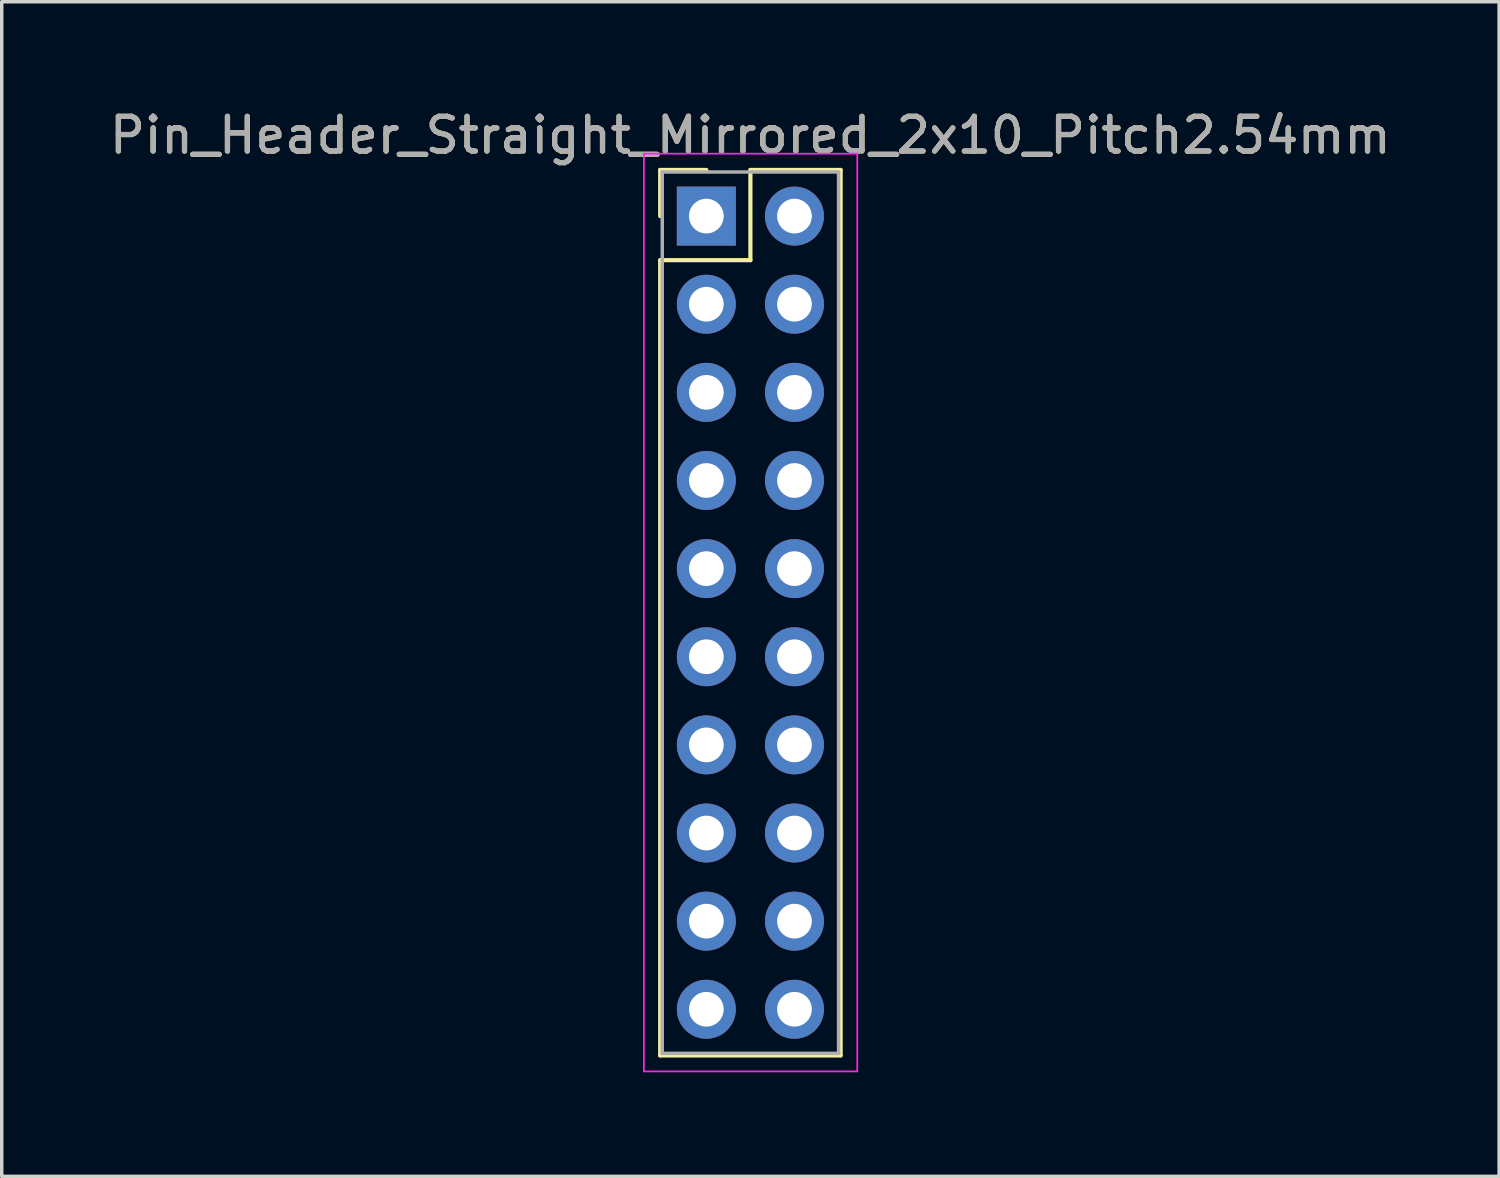
<source format=kicad_pcb>
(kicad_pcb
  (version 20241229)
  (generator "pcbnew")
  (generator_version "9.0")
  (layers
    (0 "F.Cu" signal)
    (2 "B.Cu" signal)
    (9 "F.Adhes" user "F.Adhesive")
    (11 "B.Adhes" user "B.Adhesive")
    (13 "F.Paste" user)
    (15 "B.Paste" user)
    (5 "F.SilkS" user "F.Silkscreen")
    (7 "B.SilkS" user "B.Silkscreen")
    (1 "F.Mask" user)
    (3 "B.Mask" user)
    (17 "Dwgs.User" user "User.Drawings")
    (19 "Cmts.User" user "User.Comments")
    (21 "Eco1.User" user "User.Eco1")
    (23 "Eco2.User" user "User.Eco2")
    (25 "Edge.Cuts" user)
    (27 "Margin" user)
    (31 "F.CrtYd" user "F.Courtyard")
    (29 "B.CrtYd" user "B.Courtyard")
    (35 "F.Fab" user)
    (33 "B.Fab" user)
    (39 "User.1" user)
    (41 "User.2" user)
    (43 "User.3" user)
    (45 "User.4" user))
  (footprint "Pin_Header_Straight_Mirrored_2x10_Pitch2.54mm"
    (layer "F.Cu")
    (at 17.307 3.178)
    (property "Reference" "Pin_Header_Straight_Mirrored_2x10_Pitch2.54mm" (at 1.27 -2.33 0) (layer "F.SilkS") (effects (font (size 1 1) (thickness 0.15))))
    (attr through_hole)
    (fp_line (start -1.33 -1.33) (end 0 -1.33) (stroke (width 0.12) (type solid)) (layer "F.SilkS"))
    (fp_line (start -1.33 0) (end -1.33 -1.33) (stroke (width 0.12) (type solid)) (layer "F.SilkS"))
    (fp_line (start -1.33 1.27) (end -1.33 24.19) (stroke (width 0.12) (type solid)) (layer "F.SilkS"))
    (fp_line (start -1.33 24.19) (end 3.87 24.19) (stroke (width 0.12) (type solid)) (layer "F.SilkS"))
    (fp_line (start 1.27 -1.33) (end 1.27 1.27) (stroke (width 0.12) (type solid)) (layer "F.SilkS"))
    (fp_line (start 1.27 1.27) (end -1.33 1.27) (stroke (width 0.12) (type solid)) (layer "F.SilkS"))
    (fp_line (start 3.87 -1.33) (end 1.27 -1.33) (stroke (width 0.12) (type solid)) (layer "F.SilkS"))
    (fp_line (start 3.87 24.19) (end 3.87 -1.33) (stroke (width 0.12) (type solid)) (layer "F.SilkS"))
    (fp_line (start -1.8 -1.8) (end -1.8 24.65) (stroke (width 0.05) (type solid)) (layer "F.CrtYd"))
    (fp_line (start -1.8 24.65) (end 4.35 24.65) (stroke (width 0.05) (type solid)) (layer "F.CrtYd"))
    (fp_line (start 4.35 -1.8) (end -1.8 -1.8) (stroke (width 0.05) (type solid)) (layer "F.CrtYd"))
    (fp_line (start 4.35 24.65) (end 4.35 -1.8) (stroke (width 0.05) (type solid)) (layer "F.CrtYd"))
    (fp_line (start -1.27 -1.27) (end -1.27 24.13) (stroke (width 0.1) (type solid)) (layer "F.Fab"))
    (fp_line (start -1.27 24.13) (end 3.81 24.13) (stroke (width 0.1) (type solid)) (layer "F.Fab"))
    (fp_line (start 3.81 -1.27) (end -1.27 -1.27) (stroke (width 0.1) (type solid)) (layer "F.Fab"))
    (fp_line (start 3.81 24.13) (end 3.81 -1.27) (stroke (width 0.1) (type solid)) (layer "F.Fab"))
    (fp_text user "${REFERENCE}" (at 1.27 -2.33 0) (layer "F.Fab") (effects (font (size 1 1) (thickness 0.15))))
    (pad "1" thru_hole rect (at 0 0) (size 1.7 1.7) (drill 1) (layers "*.Cu" "*.Mask"))
    (pad "2" thru_hole oval (at 2.54 0) (size 1.7 1.7) (drill 1) (layers "*.Cu" "*.Mask"))
    (pad "3" thru_hole oval (at 0 2.54) (size 1.7 1.7) (drill 1) (layers "*.Cu" "*.Mask"))
    (pad "4" thru_hole oval (at 2.54 2.54) (size 1.7 1.7) (drill 1) (layers "*.Cu" "*.Mask"))
    (pad "5" thru_hole oval (at 0 5.08) (size 1.7 1.7) (drill 1) (layers "*.Cu" "*.Mask"))
    (pad "6" thru_hole oval (at 2.54 5.08) (size 1.7 1.7) (drill 1) (layers "*.Cu" "*.Mask"))
    (pad "7" thru_hole oval (at 0 7.62) (size 1.7 1.7) (drill 1) (layers "*.Cu" "*.Mask"))
    (pad "8" thru_hole oval (at 2.54 7.62) (size 1.7 1.7) (drill 1) (layers "*.Cu" "*.Mask"))
    (pad "9" thru_hole oval (at 0 10.16) (size 1.7 1.7) (drill 1) (layers "*.Cu" "*.Mask"))
    (pad "10" thru_hole oval (at 2.54 10.16) (size 1.7 1.7) (drill 1) (layers "*.Cu" "*.Mask"))
    (pad "11" thru_hole oval (at 0 12.7) (size 1.7 1.7) (drill 1) (layers "*.Cu" "*.Mask"))
    (pad "12" thru_hole oval (at 2.54 12.7) (size 1.7 1.7) (drill 1) (layers "*.Cu" "*.Mask"))
    (pad "13" thru_hole oval (at 0 15.24) (size 1.7 1.7) (drill 1) (layers "*.Cu" "*.Mask"))
    (pad "14" thru_hole oval (at 2.54 15.24) (size 1.7 1.7) (drill 1) (layers "*.Cu" "*.Mask"))
    (pad "15" thru_hole oval (at 0 17.78) (size 1.7 1.7) (drill 1) (layers "*.Cu" "*.Mask"))
    (pad "16" thru_hole oval (at 2.54 17.78) (size 1.7 1.7) (drill 1) (layers "*.Cu" "*.Mask"))
    (pad "17" thru_hole oval (at 0 20.32) (size 1.7 1.7) (drill 1) (layers "*.Cu" "*.Mask"))
    (pad "18" thru_hole oval (at 2.54 20.32) (size 1.7 1.7) (drill 1) (layers "*.Cu" "*.Mask"))
    (pad "19" thru_hole oval (at 0 22.86) (size 1.7 1.7) (drill 1) (layers "*.Cu" "*.Mask"))
    (pad "20" thru_hole oval (at 2.54 22.86) (size 1.7 1.7) (drill 1) (layers "*.Cu" "*.Mask")))
  (gr_rect
    (start -3 -3)
    (end 40.155 30.853)
    (stroke (width 0.1) (type default))
    (fill no)
    (layer "Edge.Cuts")))
</source>
